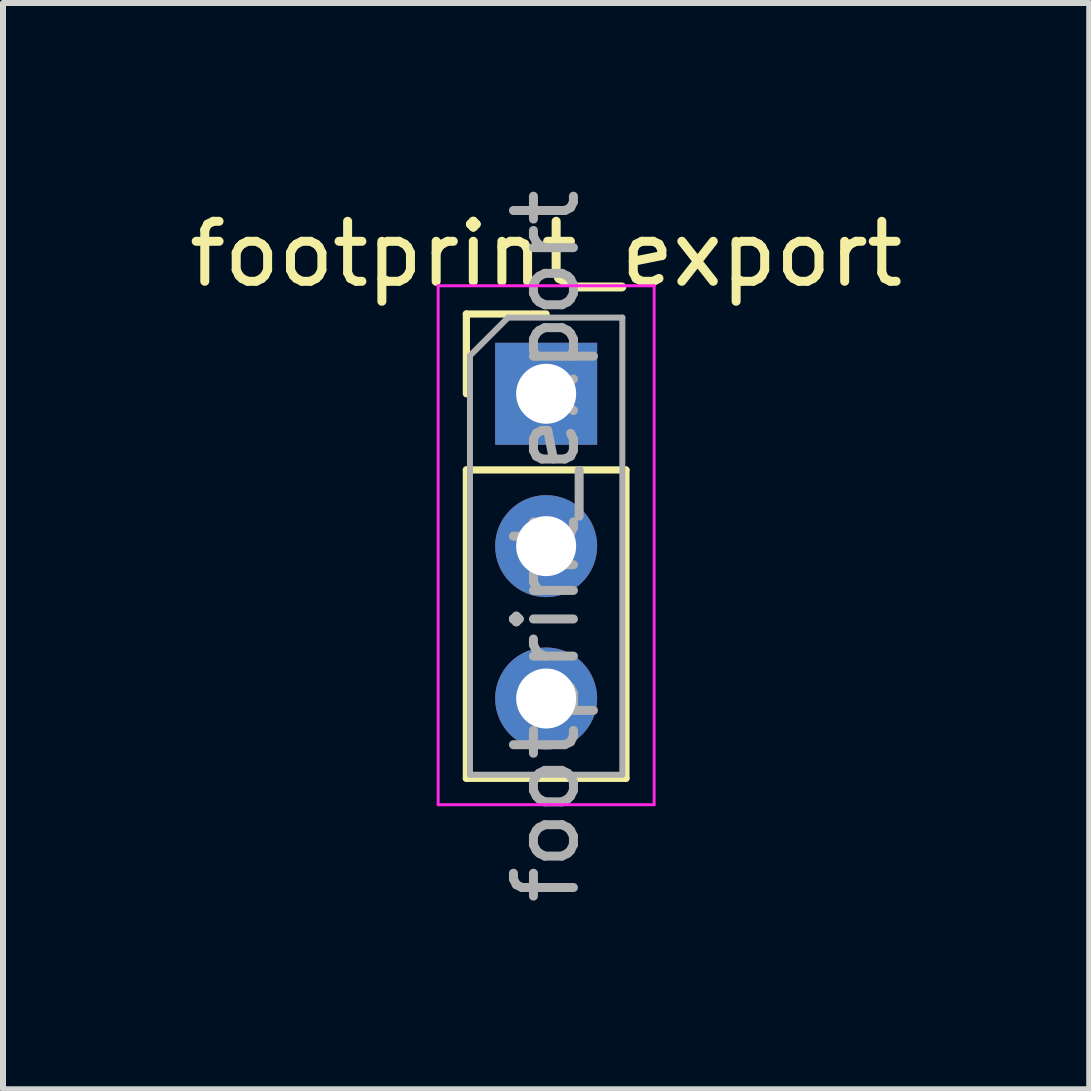
<source format=kicad_pcb>
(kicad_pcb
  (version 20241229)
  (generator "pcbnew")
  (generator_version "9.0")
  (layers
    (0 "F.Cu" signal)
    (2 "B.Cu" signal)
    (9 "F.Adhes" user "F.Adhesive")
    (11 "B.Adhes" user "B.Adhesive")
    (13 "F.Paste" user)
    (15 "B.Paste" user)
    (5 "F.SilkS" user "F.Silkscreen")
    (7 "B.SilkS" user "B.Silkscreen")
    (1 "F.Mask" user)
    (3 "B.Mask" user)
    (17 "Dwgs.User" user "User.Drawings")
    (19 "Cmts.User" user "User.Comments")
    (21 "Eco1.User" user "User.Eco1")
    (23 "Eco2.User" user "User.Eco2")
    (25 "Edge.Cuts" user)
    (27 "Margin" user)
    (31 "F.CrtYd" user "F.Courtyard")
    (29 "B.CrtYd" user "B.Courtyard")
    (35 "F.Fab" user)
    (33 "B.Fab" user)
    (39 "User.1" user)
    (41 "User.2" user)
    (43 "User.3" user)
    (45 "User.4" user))
  (footprint "footprint_export"
    (layer "F.Cu")
    (at 6.054 3.514)
    (property "Reference" "footprint_export" (at 0 -2.33 0) (layer "F.SilkS") (effects (font (size 1 1) (thickness 0.15))))
    (attr through_hole)
    (fp_line (start -1.33 -1.33) (end 0 -1.33) (stroke (width 0.12) (type solid)) (layer "F.SilkS"))
    (fp_line (start -1.33 0) (end -1.33 -1.33) (stroke (width 0.12) (type solid)) (layer "F.SilkS"))
    (fp_line (start -1.33 1.27) (end -1.33 6.41) (stroke (width 0.12) (type solid)) (layer "F.SilkS"))
    (fp_line (start -1.33 1.27) (end 1.33 1.27) (stroke (width 0.12) (type solid)) (layer "F.SilkS"))
    (fp_line (start -1.33 6.41) (end 1.33 6.41) (stroke (width 0.12) (type solid)) (layer "F.SilkS"))
    (fp_line (start 1.33 1.27) (end 1.33 6.41) (stroke (width 0.12) (type solid)) (layer "F.SilkS"))
    (fp_line (start -1.8 -1.8) (end -1.8 6.85) (stroke (width 0.05) (type solid)) (layer "F.CrtYd"))
    (fp_line (start -1.8 6.85) (end 1.8 6.85) (stroke (width 0.05) (type solid)) (layer "F.CrtYd"))
    (fp_line (start 1.8 -1.8) (end -1.8 -1.8) (stroke (width 0.05) (type solid)) (layer "F.CrtYd"))
    (fp_line (start 1.8 6.85) (end 1.8 -1.8) (stroke (width 0.05) (type solid)) (layer "F.CrtYd"))
    (fp_line (start -1.27 -0.635) (end -0.635 -1.27) (stroke (width 0.1) (type solid)) (layer "F.Fab"))
    (fp_line (start -1.27 6.35) (end -1.27 -0.635) (stroke (width 0.1) (type solid)) (layer "F.Fab"))
    (fp_line (start -0.635 -1.27) (end 1.27 -1.27) (stroke (width 0.1) (type solid)) (layer "F.Fab"))
    (fp_line (start 1.27 -1.27) (end 1.27 6.35) (stroke (width 0.1) (type solid)) (layer "F.Fab"))
    (fp_line (start 1.27 6.35) (end -1.27 6.35) (stroke (width 0.1) (type solid)) (layer "F.Fab"))
    (fp_text user "${REFERENCE}" (at 0 2.54 90) (layer "F.Fab") (effects (font (size 1 1) (thickness 0.15))))
    (pad "1" thru_hole rect (at 0 0) (size 1.7 1.7) (drill 1) (layers "*.Cu" "*.Mask"))
    (pad "2" thru_hole oval (at 0 2.54) (size 1.7 1.7) (drill 1) (layers "*.Cu" "*.Mask"))
    (pad "3" thru_hole oval (at 0 5.08) (size 1.7 1.7) (drill 1) (layers "*.Cu" "*.Mask")))
  (gr_rect
    (start -3 -3)
    (end 15.107 15.107)
    (stroke (width 0.1) (type default))
    (fill no)
    (layer "Edge.Cuts")))
</source>
